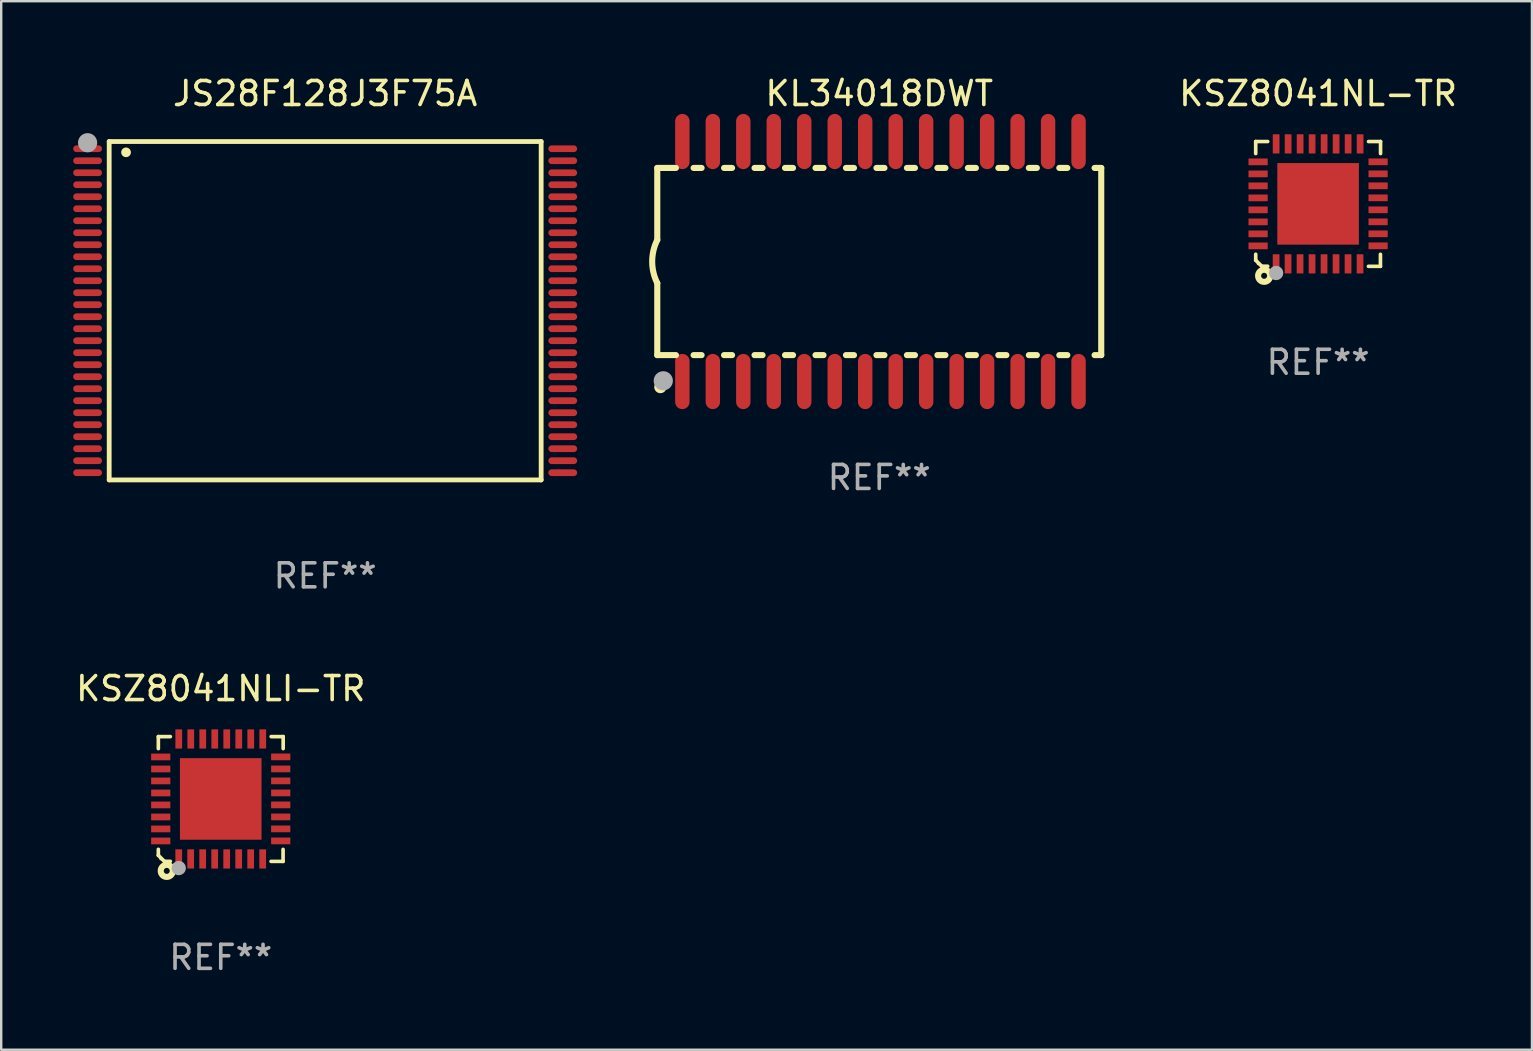
<source format=kicad_pcb>
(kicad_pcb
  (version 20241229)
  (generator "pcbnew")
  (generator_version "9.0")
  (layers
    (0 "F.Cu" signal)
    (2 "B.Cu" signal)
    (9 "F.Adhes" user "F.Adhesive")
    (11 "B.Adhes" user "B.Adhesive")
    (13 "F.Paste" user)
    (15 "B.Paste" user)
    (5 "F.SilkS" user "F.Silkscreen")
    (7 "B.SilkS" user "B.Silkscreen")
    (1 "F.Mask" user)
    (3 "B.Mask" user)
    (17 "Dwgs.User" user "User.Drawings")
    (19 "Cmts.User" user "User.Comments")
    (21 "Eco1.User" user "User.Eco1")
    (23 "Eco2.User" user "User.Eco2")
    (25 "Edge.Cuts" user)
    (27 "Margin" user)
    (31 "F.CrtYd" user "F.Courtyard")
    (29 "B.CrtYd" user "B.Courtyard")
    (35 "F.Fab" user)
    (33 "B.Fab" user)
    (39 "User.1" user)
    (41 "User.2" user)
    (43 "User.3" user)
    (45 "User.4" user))
  (footprint "KSZ8041NL-TR"
    (layer "F.Cu")
    (at 51.877 5.448)
    (property "Reference" "KSZ8041NL-TR" (at 0 -4.6 0) (layer "F.SilkS") (effects (font (size 1 1) (thickness 0.15))))
    (attr through_hole)
    (fp_line (start -2.601 2.097) (end -2.601 2.347) (stroke (width 0.152) (type solid)) (layer "F.SilkS"))
    (fp_line (start -2.601 2.347) (end -2.351 2.597) (stroke (width 0.152) (type solid)) (layer "F.SilkS"))
    (fp_line (start -2.601 -2.6) (end -2.601 -2.1) (stroke (width 0.152) (type solid)) (layer "F.SilkS"))
    (fp_line (start -2.601 -2.6) (end -2.101 -2.6) (stroke (width 0.152) (type solid)) (layer "F.SilkS"))
    (fp_line (start -2.351 2.597) (end -2.101 2.597) (stroke (width 0.152) (type solid)) (layer "F.SilkS"))
    (fp_line (start 2.597 2.6) (end 2.097 2.6) (stroke (width 0.152) (type solid)) (layer "F.SilkS"))
    (fp_line (start 2.597 2.6) (end 2.597 2.1) (stroke (width 0.152) (type solid)) (layer "F.SilkS"))
    (fp_line (start 2.601 -2.6) (end 2.101 -2.6) (stroke (width 0.152) (type solid)) (layer "F.SilkS"))
    (fp_line (start 2.601 -2.6) (end 2.601 -2.1) (stroke (width 0.152) (type solid)) (layer "F.SilkS"))
    (fp_circle (center -2.501 2.497) (end -2.471 2.497) (stroke (width 0.06) (type solid)) (fill no) (layer "F.SilkS"))
    (fp_circle (center -2.25 2.995) (end -2.125 2.995) (stroke (width 0.254) (type solid)) (fill no) (layer "F.SilkS"))
    (fp_circle (center -1.751 2.878) (end -1.601 2.878) (stroke (width 0.3) (type solid)) (fill no) (layer "F.Fab"))
    (fp_text user "REF**" (at 0 6.6 0) (layer "F.Fab") (effects (font (size 1 1) (thickness 0.15))))
    (pad "1" smd rect (at -1.751 2.497) (size 0.28 0.8) (layers "F.Cu" "F.Mask" "F.Paste"))
    (pad "2" smd rect (at -1.253 2.497) (size 0.28 0.8) (layers "F.Cu" "F.Mask" "F.Paste"))
    (pad "3" smd rect (at -0.753 2.497) (size 0.28 0.8) (layers "F.Cu" "F.Mask" "F.Paste"))
    (pad "4" smd rect (at -0.253 2.497) (size 0.28 0.8) (layers "F.Cu" "F.Mask" "F.Paste"))
    (pad "5" smd rect (at 0.247 2.497) (size 0.28 0.8) (layers "F.Cu" "F.Mask" "F.Paste"))
    (pad "6" smd rect (at 0.747 2.497) (size 0.28 0.8) (layers "F.Cu" "F.Mask" "F.Paste"))
    (pad "7" smd rect (at 1.247 2.497) (size 0.28 0.8) (layers "F.Cu" "F.Mask" "F.Paste"))
    (pad "8" smd rect (at 1.747 2.497) (size 0.28 0.8) (layers "F.Cu" "F.Mask" "F.Paste"))
    (pad "9" smd rect (at 2.499 1.746) (size 0.8 0.28) (layers "F.Cu" "F.Mask" "F.Paste"))
    (pad "10" smd rect (at 2.499 1.245) (size 0.8 0.28) (layers "F.Cu" "F.Mask" "F.Paste"))
    (pad "11" smd rect (at 2.499 0.746) (size 0.8 0.28) (layers "F.Cu" "F.Mask" "F.Paste"))
    (pad "12" smd rect (at 2.499 0.245) (size 0.8 0.28) (layers "F.Cu" "F.Mask" "F.Paste"))
    (pad "13" smd rect (at 2.499 -0.254) (size 0.8 0.28) (layers "F.Cu" "F.Mask" "F.Paste"))
    (pad "14" smd rect (at 2.499 -0.755) (size 0.8 0.28) (layers "F.Cu" "F.Mask" "F.Paste"))
    (pad "15" smd rect (at 2.499 -1.254) (size 0.8 0.28) (layers "F.Cu" "F.Mask" "F.Paste"))
    (pad "16" smd rect (at 2.499 -1.755) (size 0.8 0.28) (layers "F.Cu" "F.Mask" "F.Paste"))
    (pad "17" smd rect (at 1.75 -2.502) (size 0.28 0.8) (layers "F.Cu" "F.Mask" "F.Paste"))
    (pad "18" smd rect (at 1.25 -2.502) (size 0.28 0.8) (layers "F.Cu" "F.Mask" "F.Paste"))
    (pad "19" smd rect (at 0.75 -2.502) (size 0.28 0.8) (layers "F.Cu" "F.Mask" "F.Paste"))
    (pad "20" smd rect (at 0.25 -2.502) (size 0.28 0.8) (layers "F.Cu" "F.Mask" "F.Paste"))
    (pad "21" smd rect (at -0.25 -2.502) (size 0.28 0.8) (layers "F.Cu" "F.Mask" "F.Paste"))
    (pad "22" smd rect (at -0.75 -2.502) (size 0.28 0.8) (layers "F.Cu" "F.Mask" "F.Paste"))
    (pad "23" smd rect (at -1.25 -2.502) (size 0.28 0.8) (layers "F.Cu" "F.Mask" "F.Paste"))
    (pad "24" smd rect (at -1.75 -2.502) (size 0.28 0.8) (layers "F.Cu" "F.Mask" "F.Paste"))
    (pad "25" smd rect (at -2.501 -1.753) (size 0.8 0.28) (layers "F.Cu" "F.Mask" "F.Paste"))
    (pad "26" smd rect (at -2.501 -1.252) (size 0.8 0.28) (layers "F.Cu" "F.Mask" "F.Paste"))
    (pad "27" smd rect (at -2.501 -0.753) (size 0.8 0.28) (layers "F.Cu" "F.Mask" "F.Paste"))
    (pad "28" smd rect (at -2.501 -0.252) (size 0.8 0.28) (layers "F.Cu" "F.Mask" "F.Paste"))
    (pad "29" smd rect (at -2.501 0.247) (size 0.8 0.28) (layers "F.Cu" "F.Mask" "F.Paste"))
    (pad "30" smd rect (at -2.501 0.748) (size 0.8 0.28) (layers "F.Cu" "F.Mask" "F.Paste"))
    (pad "31" smd rect (at -2.501 1.247) (size 0.8 0.28) (layers "F.Cu" "F.Mask" "F.Paste"))
    (pad "32" smd rect (at -2.501 1.748) (size 0.8 0.28) (layers "F.Cu" "F.Mask" "F.Paste"))
    (pad "33" smd rect (at -0.001 -0.003 180) (size 3.4 3.4) (layers "F.Cu" "F.Mask" "F.Paste")))
  (footprint "KL34018DWT"
    (layer "F.Cu")
    (at 33.589 7.848)
    (property "Reference" "KL34018DWT" (at 0 -7 0) (layer "F.SilkS") (effects (font (size 1 1) (thickness 0.15))))
    (attr through_hole)
    (fp_line (start -9.25 -3.9) (end -9.25 -0.9) (stroke (width 0.254) (type solid)) (layer "F.SilkS"))
    (fp_line (start -9.25 -3.9) (end -8.473 -3.9) (stroke (width 0.254) (type solid)) (layer "F.SilkS"))
    (fp_line (start -9.25 3.9) (end -9.25 0.9) (stroke (width 0.254) (type solid)) (layer "F.SilkS"))
    (fp_line (start -9.25 3.9) (end -8.473 3.9) (stroke (width 0.254) (type solid)) (layer "F.SilkS"))
    (fp_line (start -7.737 -3.9) (end -7.403 -3.9) (stroke (width 0.254) (type solid)) (layer "F.SilkS"))
    (fp_line (start -7.737 3.9) (end -7.403 3.9) (stroke (width 0.254) (type solid)) (layer "F.SilkS"))
    (fp_line (start -6.467 3.9) (end -6.133 3.9) (stroke (width 0.254) (type solid)) (layer "F.SilkS"))
    (fp_line (start -6.467 -3.9) (end -6.133 -3.9) (stroke (width 0.254) (type solid)) (layer "F.SilkS"))
    (fp_line (start -5.197 3.9) (end -4.863 3.9) (stroke (width 0.254) (type solid)) (layer "F.SilkS"))
    (fp_line (start -5.197 -3.9) (end -4.863 -3.9) (stroke (width 0.254) (type solid)) (layer "F.SilkS"))
    (fp_line (start -3.927 3.9) (end -3.593 3.9) (stroke (width 0.254) (type solid)) (layer "F.SilkS"))
    (fp_line (start -3.927 -3.9) (end -3.593 -3.9) (stroke (width 0.254) (type solid)) (layer "F.SilkS"))
    (fp_line (start -2.657 3.9) (end -2.323 3.9) (stroke (width 0.254) (type solid)) (layer "F.SilkS"))
    (fp_line (start -2.657 -3.9) (end -2.323 -3.9) (stroke (width 0.254) (type solid)) (layer "F.SilkS"))
    (fp_line (start -1.387 3.9) (end -1.053 3.9) (stroke (width 0.254) (type solid)) (layer "F.SilkS"))
    (fp_line (start -1.387 -3.9) (end -1.053 -3.9) (stroke (width 0.254) (type solid)) (layer "F.SilkS"))
    (fp_line (start -0.117 3.9) (end 0.217 3.9) (stroke (width 0.254) (type solid)) (layer "F.SilkS"))
    (fp_line (start -0.117 -3.9) (end 0.217 -3.9) (stroke (width 0.254) (type solid)) (layer "F.SilkS"))
    (fp_line (start 1.153 3.9) (end 1.487 3.9) (stroke (width 0.254) (type solid)) (layer "F.SilkS"))
    (fp_line (start 1.153 -3.9) (end 1.487 -3.9) (stroke (width 0.254) (type solid)) (layer "F.SilkS"))
    (fp_line (start 2.423 3.9) (end 2.757 3.9) (stroke (width 0.254) (type solid)) (layer "F.SilkS"))
    (fp_line (start 2.423 -3.9) (end 2.757 -3.9) (stroke (width 0.254) (type solid)) (layer "F.SilkS"))
    (fp_line (start 3.693 3.9) (end 4.027 3.9) (stroke (width 0.254) (type solid)) (layer "F.SilkS"))
    (fp_line (start 3.693 -3.9) (end 4.027 -3.9) (stroke (width 0.254) (type solid)) (layer "F.SilkS"))
    (fp_line (start 4.963 3.9) (end 5.297 3.9) (stroke (width 0.254) (type solid)) (layer "F.SilkS"))
    (fp_line (start 4.963 -3.9) (end 5.297 -3.9) (stroke (width 0.254) (type solid)) (layer "F.SilkS"))
    (fp_line (start 6.233 3.9) (end 6.567 3.9) (stroke (width 0.254) (type solid)) (layer "F.SilkS"))
    (fp_line (start 6.233 -3.9) (end 6.567 -3.9) (stroke (width 0.254) (type solid)) (layer "F.SilkS"))
    (fp_line (start 7.503 -3.9) (end 7.837 -3.9) (stroke (width 0.254) (type solid)) (layer "F.SilkS"))
    (fp_line (start 7.503 3.9) (end 7.837 3.9) (stroke (width 0.254) (type solid)) (layer "F.SilkS"))
    (fp_line (start 8.973 -3.9) (end 9.05 -3.9) (stroke (width 0.254) (type solid)) (layer "F.SilkS"))
    (fp_line (start 8.973 3.9) (end 9.25 3.9) (stroke (width 0.254) (type solid)) (layer "F.SilkS"))
    (fp_line (start 9.05 -3.9) (end 9.25 -3.9) (stroke (width 0.254) (type solid)) (layer "F.SilkS"))
    (fp_line (start 9.25 -3.9) (end 9.25 3.9) (stroke (width 0.254) (type solid)) (layer "F.SilkS"))
    (fp_arc (start -9.249619 0.900432) (mid -9.462013 0.000246) (end -9.249873 -0.9) (stroke (width 0.254001) (type solid)) (layer "F.SilkS"))
    (fp_circle (center -9.2 5.3) (end -9.17 5.3) (stroke (width 0.06) (type solid)) (fill no) (layer "F.SilkS"))
    (fp_circle (center -9.12 5.23) (end -8.988 5.23) (stroke (width 0.254) (type solid)) (fill no) (layer "F.SilkS"))
    (fp_circle (center -9 4.97) (end -8.8 4.97) (stroke (width 0.4) (type solid)) (fill no) (layer "F.Fab"))
    (fp_text user "REF**" (at 0 9 0) (layer "F.Fab") (effects (font (size 1 1) (thickness 0.15))))
    (pad "1" smd oval (at -8.205 5) (size 0.6 2.3) (layers "F.Cu" "F.Mask" "F.Paste"))
    (pad "2" smd oval (at -6.935 5) (size 0.6 2.3) (layers "F.Cu" "F.Mask" "F.Paste"))
    (pad "3" smd oval (at -5.665 5) (size 0.6 2.3) (layers "F.Cu" "F.Mask" "F.Paste"))
    (pad "4" smd oval (at -4.395 5) (size 0.6 2.3) (layers "F.Cu" "F.Mask" "F.Paste"))
    (pad "5" smd oval (at -3.125 5) (size 0.6 2.3) (layers "F.Cu" "F.Mask" "F.Paste"))
    (pad "6" smd oval (at -1.855 5) (size 0.6 2.3) (layers "F.Cu" "F.Mask" "F.Paste"))
    (pad "7" smd oval (at -0.585 5) (size 0.6 2.3) (layers "F.Cu" "F.Mask" "F.Paste"))
    (pad "8" smd oval (at 0.685 5) (size 0.6 2.3) (layers "F.Cu" "F.Mask" "F.Paste"))
    (pad "9" smd oval (at 1.955 5) (size 0.6 2.3) (layers "F.Cu" "F.Mask" "F.Paste"))
    (pad "10" smd oval (at 3.225 5) (size 0.6 2.3) (layers "F.Cu" "F.Mask" "F.Paste"))
    (pad "11" smd oval (at 4.495 5) (size 0.6 2.3) (layers "F.Cu" "F.Mask" "F.Paste"))
    (pad "12" smd oval (at 5.765 5) (size 0.6 2.3) (layers "F.Cu" "F.Mask" "F.Paste"))
    (pad "13" smd oval (at 7.035 5) (size 0.6 2.3) (layers "F.Cu" "F.Mask" "F.Paste"))
    (pad "14" smd oval (at 8.305 5) (size 0.6 2.3) (layers "F.Cu" "F.Mask" "F.Paste"))
    (pad "15" smd oval (at 8.305 -5) (size 0.6 2.3) (layers "F.Cu" "F.Mask" "F.Paste"))
    (pad "16" smd oval (at 7.035 -5) (size 0.6 2.3) (layers "F.Cu" "F.Mask" "F.Paste"))
    (pad "17" smd oval (at 5.765 -5) (size 0.6 2.3) (layers "F.Cu" "F.Mask" "F.Paste"))
    (pad "18" smd oval (at 4.495 -5) (size 0.6 2.3) (layers "F.Cu" "F.Mask" "F.Paste"))
    (pad "19" smd oval (at 3.225 -5) (size 0.6 2.3) (layers "F.Cu" "F.Mask" "F.Paste"))
    (pad "20" smd oval (at 1.955 -5) (size 0.6 2.3) (layers "F.Cu" "F.Mask" "F.Paste"))
    (pad "21" smd oval (at 0.685 -5) (size 0.6 2.3) (layers "F.Cu" "F.Mask" "F.Paste"))
    (pad "22" smd oval (at -0.585 -5) (size 0.6 2.3) (layers "F.Cu" "F.Mask" "F.Paste"))
    (pad "23" smd oval (at -1.855 -5) (size 0.6 2.3) (layers "F.Cu" "F.Mask" "F.Paste"))
    (pad "24" smd oval (at -3.125 -5) (size 0.6 2.3) (layers "F.Cu" "F.Mask" "F.Paste"))
    (pad "25" smd oval (at -4.395 -5) (size 0.6 2.3) (layers "F.Cu" "F.Mask" "F.Paste"))
    (pad "26" smd oval (at -5.665 -5) (size 0.6 2.3) (layers "F.Cu" "F.Mask" "F.Paste"))
    (pad "27" smd oval (at -6.935 -5) (size 0.6 2.3) (layers "F.Cu" "F.Mask" "F.Paste"))
    (pad "28" smd oval (at -8.205 -5) (size 0.6 2.3) (layers "F.Cu" "F.Mask" "F.Paste")))
  (footprint "JS28F128J3F75A"
    (layer "F.Cu")
    (at 10.5 9.898)
    (property "Reference" "JS28F128J3F75A" (at 0 -9.05 0) (layer "F.SilkS") (effects (font (size 1 1) (thickness 0.15))))
    (attr through_hole)
    (fp_line (start -9 -7.05) (end 9 -7.05) (stroke (width 0.2) (type solid)) (layer "F.SilkS"))
    (fp_line (start -9 7.05) (end -9 -7.05) (stroke (width 0.2) (type solid)) (layer "F.SilkS"))
    (fp_line (start -9 7.05) (end 9 7.05) (stroke (width 0.2) (type solid)) (layer "F.SilkS"))
    (fp_line (start 9 -7.05) (end 9 7.05) (stroke (width 0.2) (type solid)) (layer "F.SilkS"))
    (fp_arc (start -8.300025 -6.600025) (mid -8.297485 -6.600041) (end -8.294945 -6.600025) (stroke (width 0.4) (type solid)) (layer "F.SilkS"))
    (fp_circle (center -10 -7) (end -9.97 -7) (stroke (width 0.06) (type solid)) (fill no) (layer "F.SilkS"))
    (fp_circle (center -9.9 -7) (end -9.7 -7) (stroke (width 0.4) (type solid)) (fill no) (layer "F.Fab"))
    (fp_text user "REF**" (at 0 11.05 0) (layer "F.Fab") (effects (font (size 1 1) (thickness 0.15))))
    (pad "1" smd oval (at -9.9 -6.75 270) (size 0.28 1.2) (layers "F.Cu" "F.Mask" "F.Paste"))
    (pad "2" smd oval (at -9.9 -6.25 270) (size 0.28 1.2) (layers "F.Cu" "F.Mask" "F.Paste"))
    (pad "3" smd oval (at -9.9 -5.75 270) (size 0.28 1.2) (layers "F.Cu" "F.Mask" "F.Paste"))
    (pad "4" smd oval (at -9.9 -5.25 270) (size 0.28 1.2) (layers "F.Cu" "F.Mask" "F.Paste"))
    (pad "5" smd oval (at -9.9 -4.75 270) (size 0.28 1.2) (layers "F.Cu" "F.Mask" "F.Paste"))
    (pad "6" smd oval (at -9.9 -4.25 270) (size 0.28 1.2) (layers "F.Cu" "F.Mask" "F.Paste"))
    (pad "7" smd oval (at -9.9 -3.75 270) (size 0.28 1.2) (layers "F.Cu" "F.Mask" "F.Paste"))
    (pad "8" smd oval (at -9.9 -3.25 270) (size 0.28 1.2) (layers "F.Cu" "F.Mask" "F.Paste"))
    (pad "9" smd oval (at -9.9 -2.75 270) (size 0.28 1.2) (layers "F.Cu" "F.Mask" "F.Paste"))
    (pad "10" smd oval (at -9.9 -2.25 270) (size 0.28 1.2) (layers "F.Cu" "F.Mask" "F.Paste"))
    (pad "11" smd oval (at -9.9 -1.75 270) (size 0.28 1.2) (layers "F.Cu" "F.Mask" "F.Paste"))
    (pad "12" smd oval (at -9.9 -1.25 270) (size 0.28 1.2) (layers "F.Cu" "F.Mask" "F.Paste"))
    (pad "13" smd oval (at -9.9 -0.75 270) (size 0.28 1.2) (layers "F.Cu" "F.Mask" "F.Paste"))
    (pad "14" smd oval (at -9.9 -0.25 270) (size 0.28 1.2) (layers "F.Cu" "F.Mask" "F.Paste"))
    (pad "15" smd oval (at -9.9 0.25 270) (size 0.28 1.2) (layers "F.Cu" "F.Mask" "F.Paste"))
    (pad "16" smd oval (at -9.9 0.75 270) (size 0.28 1.2) (layers "F.Cu" "F.Mask" "F.Paste"))
    (pad "17" smd oval (at -9.9 1.25 270) (size 0.28 1.2) (layers "F.Cu" "F.Mask" "F.Paste"))
    (pad "18" smd oval (at -9.9 1.75 270) (size 0.28 1.2) (layers "F.Cu" "F.Mask" "F.Paste"))
    (pad "19" smd oval (at -9.9 2.25 270) (size 0.28 1.2) (layers "F.Cu" "F.Mask" "F.Paste"))
    (pad "20" smd oval (at -9.9 2.75 270) (size 0.28 1.2) (layers "F.Cu" "F.Mask" "F.Paste"))
    (pad "21" smd oval (at -9.9 3.25 270) (size 0.28 1.2) (layers "F.Cu" "F.Mask" "F.Paste"))
    (pad "22" smd oval (at -9.9 3.75 270) (size 0.28 1.2) (layers "F.Cu" "F.Mask" "F.Paste"))
    (pad "23" smd oval (at -9.9 4.25 270) (size 0.28 1.2) (layers "F.Cu" "F.Mask" "F.Paste"))
    (pad "24" smd oval (at -9.9 4.75 270) (size 0.28 1.2) (layers "F.Cu" "F.Mask" "F.Paste"))
    (pad "25" smd oval (at -9.9 5.25 270) (size 0.28 1.2) (layers "F.Cu" "F.Mask" "F.Paste"))
    (pad "26" smd oval (at -9.9 5.75 270) (size 0.28 1.2) (layers "F.Cu" "F.Mask" "F.Paste"))
    (pad "27" smd oval (at -9.9 6.25 270) (size 0.28 1.2) (layers "F.Cu" "F.Mask" "F.Paste"))
    (pad "28" smd oval (at -9.9 6.75 270) (size 0.28 1.2) (layers "F.Cu" "F.Mask" "F.Paste"))
    (pad "29" smd oval (at 9.9 6.75 270) (size 0.28 1.2) (layers "F.Cu" "F.Mask" "F.Paste"))
    (pad "30" smd oval (at 9.9 6.25 270) (size 0.28 1.2) (layers "F.Cu" "F.Mask" "F.Paste"))
    (pad "31" smd oval (at 9.9 5.75 270) (size 0.28 1.2) (layers "F.Cu" "F.Mask" "F.Paste"))
    (pad "32" smd oval (at 9.9 5.25 270) (size 0.28 1.2) (layers "F.Cu" "F.Mask" "F.Paste"))
    (pad "33" smd oval (at 9.9 4.75 270) (size 0.28 1.2) (layers "F.Cu" "F.Mask" "F.Paste"))
    (pad "34" smd oval (at 9.9 4.25 270) (size 0.28 1.2) (layers "F.Cu" "F.Mask" "F.Paste"))
    (pad "35" smd oval (at 9.9 3.75 270) (size 0.28 1.2) (layers "F.Cu" "F.Mask" "F.Paste"))
    (pad "36" smd oval (at 9.9 3.25 270) (size 0.28 1.2) (layers "F.Cu" "F.Mask" "F.Paste"))
    (pad "37" smd oval (at 9.9 2.75 270) (size 0.28 1.2) (layers "F.Cu" "F.Mask" "F.Paste"))
    (pad "38" smd oval (at 9.9 2.25 270) (size 0.28 1.2) (layers "F.Cu" "F.Mask" "F.Paste"))
    (pad "39" smd oval (at 9.9 1.75 270) (size 0.28 1.2) (layers "F.Cu" "F.Mask" "F.Paste"))
    (pad "40" smd oval (at 9.9 1.25 270) (size 0.28 1.2) (layers "F.Cu" "F.Mask" "F.Paste"))
    (pad "41" smd oval (at 9.9 0.75 270) (size 0.28 1.2) (layers "F.Cu" "F.Mask" "F.Paste"))
    (pad "42" smd oval (at 9.9 0.25 270) (size 0.28 1.2) (layers "F.Cu" "F.Mask" "F.Paste"))
    (pad "43" smd oval (at 9.9 -0.25 270) (size 0.28 1.2) (layers "F.Cu" "F.Mask" "F.Paste"))
    (pad "44" smd oval (at 9.9 -0.75 270) (size 0.28 1.2) (layers "F.Cu" "F.Mask" "F.Paste"))
    (pad "45" smd oval (at 9.9 -1.25 270) (size 0.28 1.2) (layers "F.Cu" "F.Mask" "F.Paste"))
    (pad "46" smd oval (at 9.9 -1.75 270) (size 0.28 1.2) (layers "F.Cu" "F.Mask" "F.Paste"))
    (pad "47" smd oval (at 9.9 -2.25 270) (size 0.28 1.2) (layers "F.Cu" "F.Mask" "F.Paste"))
    (pad "48" smd oval (at 9.9 -2.75 270) (size 0.28 1.2) (layers "F.Cu" "F.Mask" "F.Paste"))
    (pad "49" smd oval (at 9.9 -3.25 270) (size 0.28 1.2) (layers "F.Cu" "F.Mask" "F.Paste"))
    (pad "50" smd oval (at 9.9 -3.75 270) (size 0.28 1.2) (layers "F.Cu" "F.Mask" "F.Paste"))
    (pad "51" smd oval (at 9.9 -4.25 270) (size 0.28 1.2) (layers "F.Cu" "F.Mask" "F.Paste"))
    (pad "52" smd oval (at 9.9 -4.75 270) (size 0.28 1.2) (layers "F.Cu" "F.Mask" "F.Paste"))
    (pad "53" smd oval (at 9.9 -5.25 270) (size 0.28 1.2) (layers "F.Cu" "F.Mask" "F.Paste"))
    (pad "54" smd oval (at 9.9 -5.75 270) (size 0.28 1.2) (layers "F.Cu" "F.Mask" "F.Paste"))
    (pad "55" smd oval (at 9.9 -6.25 270) (size 0.28 1.2) (layers "F.Cu" "F.Mask" "F.Paste"))
    (pad "56" smd oval (at 9.9 -6.75 270) (size 0.28 1.2) (layers "F.Cu" "F.Mask" "F.Paste")))
  (footprint "KSZ8041NLI-TR"
    (layer "F.Cu")
    (at 6.149 30.245)
    (property "Reference" "KSZ8041NLI-TR" (at 0 -4.6 0) (layer "F.SilkS") (effects (font (size 1 1) (thickness 0.15))))
    (attr through_hole)
    (fp_line (start -2.601 2.097) (end -2.601 2.347) (stroke (width 0.152) (type solid)) (layer "F.SilkS"))
    (fp_line (start -2.601 2.347) (end -2.351 2.597) (stroke (width 0.152) (type solid)) (layer "F.SilkS"))
    (fp_line (start -2.601 -2.6) (end -2.601 -2.1) (stroke (width 0.152) (type solid)) (layer "F.SilkS"))
    (fp_line (start -2.601 -2.6) (end -2.101 -2.6) (stroke (width 0.152) (type solid)) (layer "F.SilkS"))
    (fp_line (start -2.351 2.597) (end -2.101 2.597) (stroke (width 0.152) (type solid)) (layer "F.SilkS"))
    (fp_line (start 2.597 2.6) (end 2.097 2.6) (stroke (width 0.152) (type solid)) (layer "F.SilkS"))
    (fp_line (start 2.597 2.6) (end 2.597 2.1) (stroke (width 0.152) (type solid)) (layer "F.SilkS"))
    (fp_line (start 2.601 -2.6) (end 2.101 -2.6) (stroke (width 0.152) (type solid)) (layer "F.SilkS"))
    (fp_line (start 2.601 -2.6) (end 2.601 -2.1) (stroke (width 0.152) (type solid)) (layer "F.SilkS"))
    (fp_circle (center -2.501 2.497) (end -2.471 2.497) (stroke (width 0.06) (type solid)) (fill no) (layer "F.SilkS"))
    (fp_circle (center -2.25 2.995) (end -2.125 2.995) (stroke (width 0.254) (type solid)) (fill no) (layer "F.SilkS"))
    (fp_circle (center -1.751 2.878) (end -1.601 2.878) (stroke (width 0.3) (type solid)) (fill no) (layer "F.Fab"))
    (fp_text user "REF**" (at 0 6.6 0) (layer "F.Fab") (effects (font (size 1 1) (thickness 0.15))))
    (pad "1" smd rect (at -1.751 2.497) (size 0.28 0.8) (layers "F.Cu" "F.Mask" "F.Paste"))
    (pad "2" smd rect (at -1.253 2.497) (size 0.28 0.8) (layers "F.Cu" "F.Mask" "F.Paste"))
    (pad "3" smd rect (at -0.753 2.497) (size 0.28 0.8) (layers "F.Cu" "F.Mask" "F.Paste"))
    (pad "4" smd rect (at -0.253 2.497) (size 0.28 0.8) (layers "F.Cu" "F.Mask" "F.Paste"))
    (pad "5" smd rect (at 0.247 2.497) (size 0.28 0.8) (layers "F.Cu" "F.Mask" "F.Paste"))
    (pad "6" smd rect (at 0.747 2.497) (size 0.28 0.8) (layers "F.Cu" "F.Mask" "F.Paste"))
    (pad "7" smd rect (at 1.247 2.497) (size 0.28 0.8) (layers "F.Cu" "F.Mask" "F.Paste"))
    (pad "8" smd rect (at 1.747 2.497) (size 0.28 0.8) (layers "F.Cu" "F.Mask" "F.Paste"))
    (pad "9" smd rect (at 2.499 1.746) (size 0.8 0.28) (layers "F.Cu" "F.Mask" "F.Paste"))
    (pad "10" smd rect (at 2.499 1.245) (size 0.8 0.28) (layers "F.Cu" "F.Mask" "F.Paste"))
    (pad "11" smd rect (at 2.499 0.746) (size 0.8 0.28) (layers "F.Cu" "F.Mask" "F.Paste"))
    (pad "12" smd rect (at 2.499 0.245) (size 0.8 0.28) (layers "F.Cu" "F.Mask" "F.Paste"))
    (pad "13" smd rect (at 2.499 -0.254) (size 0.8 0.28) (layers "F.Cu" "F.Mask" "F.Paste"))
    (pad "14" smd rect (at 2.499 -0.755) (size 0.8 0.28) (layers "F.Cu" "F.Mask" "F.Paste"))
    (pad "15" smd rect (at 2.499 -1.254) (size 0.8 0.28) (layers "F.Cu" "F.Mask" "F.Paste"))
    (pad "16" smd rect (at 2.499 -1.755) (size 0.8 0.28) (layers "F.Cu" "F.Mask" "F.Paste"))
    (pad "17" smd rect (at 1.75 -2.502) (size 0.28 0.8) (layers "F.Cu" "F.Mask" "F.Paste"))
    (pad "18" smd rect (at 1.25 -2.502) (size 0.28 0.8) (layers "F.Cu" "F.Mask" "F.Paste"))
    (pad "19" smd rect (at 0.75 -2.502) (size 0.28 0.8) (layers "F.Cu" "F.Mask" "F.Paste"))
    (pad "20" smd rect (at 0.25 -2.502) (size 0.28 0.8) (layers "F.Cu" "F.Mask" "F.Paste"))
    (pad "21" smd rect (at -0.25 -2.502) (size 0.28 0.8) (layers "F.Cu" "F.Mask" "F.Paste"))
    (pad "22" smd rect (at -0.75 -2.502) (size 0.28 0.8) (layers "F.Cu" "F.Mask" "F.Paste"))
    (pad "23" smd rect (at -1.25 -2.502) (size 0.28 0.8) (layers "F.Cu" "F.Mask" "F.Paste"))
    (pad "24" smd rect (at -1.75 -2.502) (size 0.28 0.8) (layers "F.Cu" "F.Mask" "F.Paste"))
    (pad "25" smd rect (at -2.501 -1.753) (size 0.8 0.28) (layers "F.Cu" "F.Mask" "F.Paste"))
    (pad "26" smd rect (at -2.501 -1.252) (size 0.8 0.28) (layers "F.Cu" "F.Mask" "F.Paste"))
    (pad "27" smd rect (at -2.501 -0.753) (size 0.8 0.28) (layers "F.Cu" "F.Mask" "F.Paste"))
    (pad "28" smd rect (at -2.501 -0.252) (size 0.8 0.28) (layers "F.Cu" "F.Mask" "F.Paste"))
    (pad "29" smd rect (at -2.501 0.247) (size 0.8 0.28) (layers "F.Cu" "F.Mask" "F.Paste"))
    (pad "30" smd rect (at -2.501 0.748) (size 0.8 0.28) (layers "F.Cu" "F.Mask" "F.Paste"))
    (pad "31" smd rect (at -2.501 1.247) (size 0.8 0.28) (layers "F.Cu" "F.Mask" "F.Paste"))
    (pad "32" smd rect (at -2.501 1.748) (size 0.8 0.28) (layers "F.Cu" "F.Mask" "F.Paste"))
    (pad "33" smd rect (at -0.001 -0.003 180) (size 3.4 3.4) (layers "F.Cu" "F.Mask" "F.Paste")))
  (gr_rect
    (start -3 -3)
    (end 60.787 40.693)
    (stroke (width 0.1) (type default))
    (fill no)
    (layer "Edge.Cuts")))
</source>
